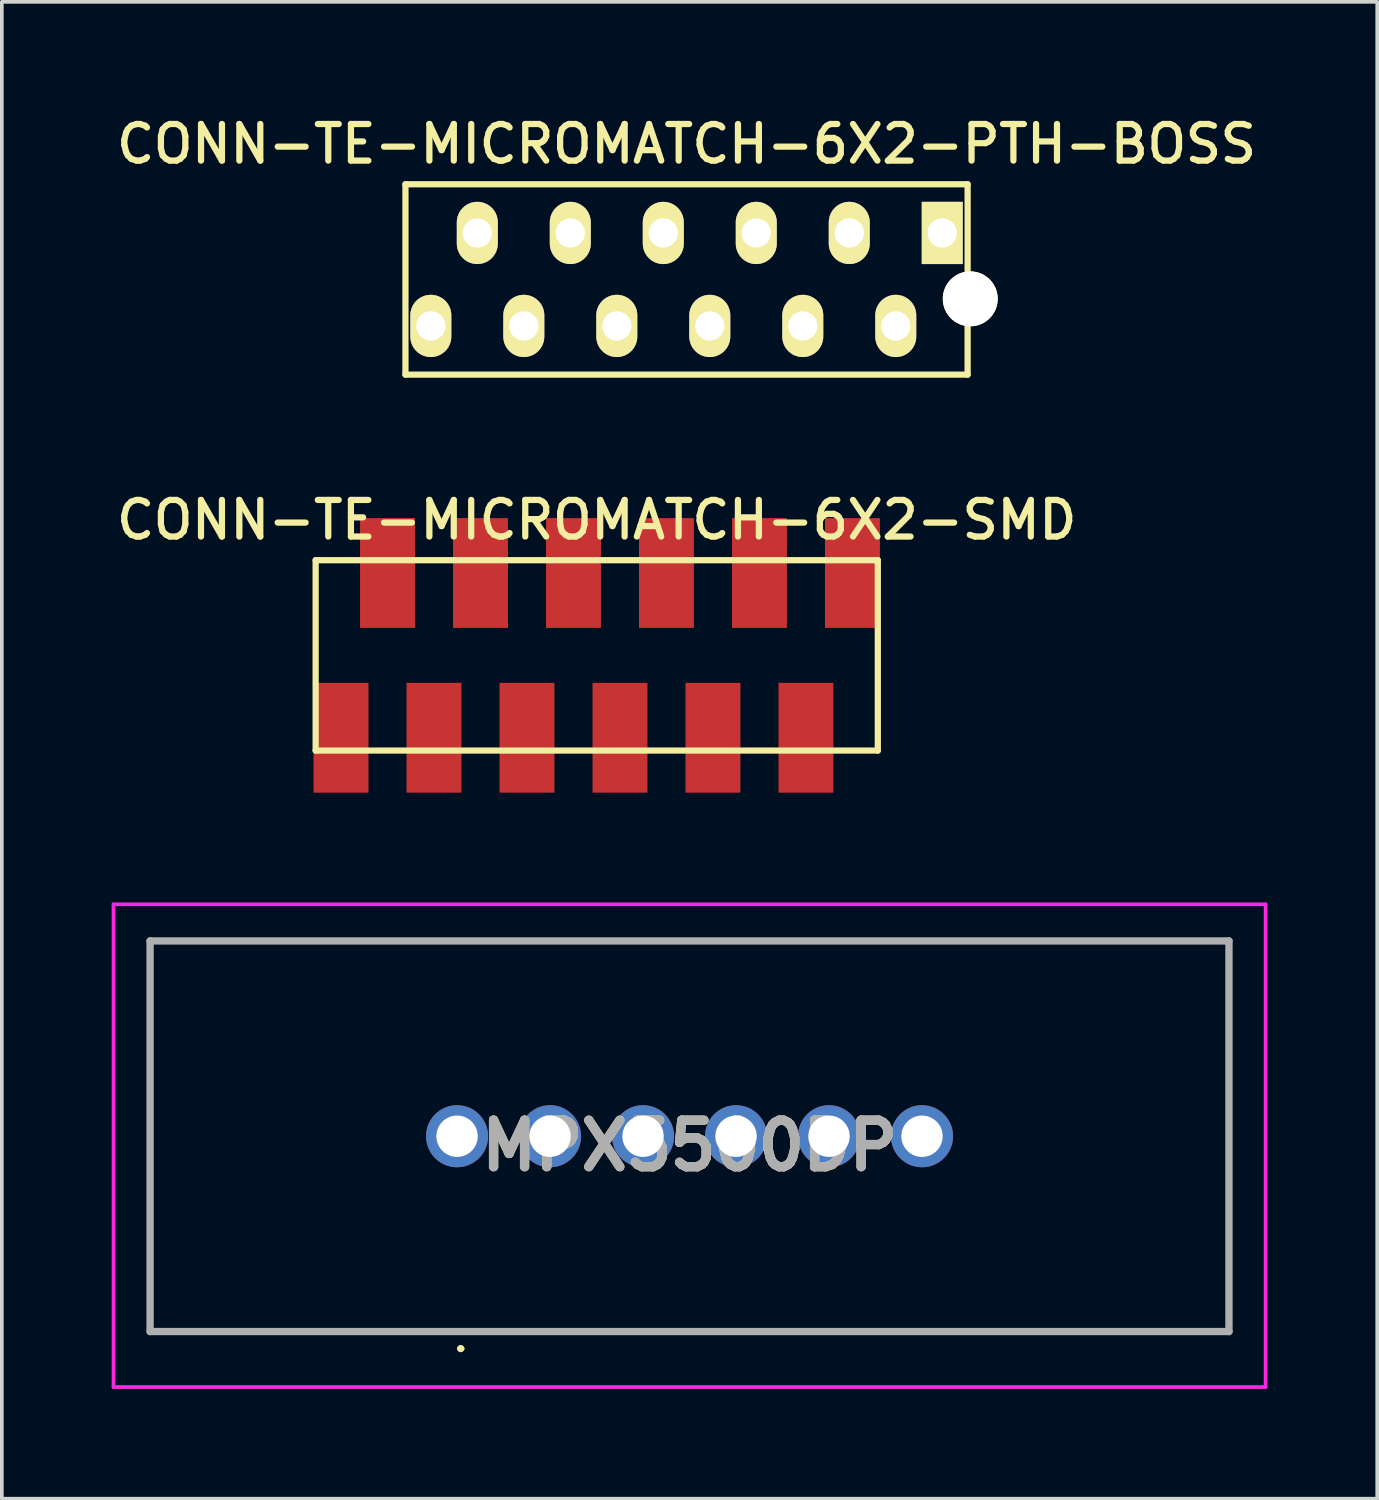
<source format=kicad_pcb>
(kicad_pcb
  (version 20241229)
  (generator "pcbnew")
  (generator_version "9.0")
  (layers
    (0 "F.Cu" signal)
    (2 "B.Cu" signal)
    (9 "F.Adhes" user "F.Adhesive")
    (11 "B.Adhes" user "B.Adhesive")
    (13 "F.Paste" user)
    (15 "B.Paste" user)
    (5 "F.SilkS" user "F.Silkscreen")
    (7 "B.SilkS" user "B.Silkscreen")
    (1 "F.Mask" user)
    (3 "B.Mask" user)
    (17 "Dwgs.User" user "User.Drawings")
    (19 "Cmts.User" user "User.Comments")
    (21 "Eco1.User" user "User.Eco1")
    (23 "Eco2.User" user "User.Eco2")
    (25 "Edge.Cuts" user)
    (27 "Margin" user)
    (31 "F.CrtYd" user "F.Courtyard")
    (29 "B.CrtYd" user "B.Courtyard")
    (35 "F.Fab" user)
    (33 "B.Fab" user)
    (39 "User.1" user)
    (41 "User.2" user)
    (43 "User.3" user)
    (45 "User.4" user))
  (footprint "CONN-TE-MICROMATCH-6X2-PTH-BOSS"
    (layer "F.Cu")
    (at 15.703 4.583)
    (property "Reference" "CONN-TE-MICROMATCH-6X2-PTH-BOSS" (at 0 -3.7 0) (layer "F.SilkS") (effects (font (size 1 1) (thickness 0.17))))
    (attr through_hole)
    (fp_line (start -7.678 -2.6) (end 7.678 -2.6) (stroke (width 0.17) (type solid)) (layer "F.SilkS"))
    (fp_line (start -7.678 2.6) (end -7.678 -2.6) (stroke (width 0.17) (type solid)) (layer "F.SilkS"))
    (fp_line (start -7.678 2.6) (end 7.678 2.6) (stroke (width 0.17) (type solid)) (layer "F.SilkS"))
    (fp_line (start 7.678 2.6) (end 7.678 -2.6) (stroke (width 0.17) (type solid)) (layer "F.SilkS"))
    (pad "" np_thru_hole circle (at 7.75 0.53) (size 1.5 1.5) (drill 1.5) (layers "*.Cu" "*.Mask" "F.SilkS"))
    (pad "1" thru_hole rect (at 6.985 -1.27) (size 1.12 1.7) (drill 0.8) (layers "*.Cu" "*.Mask" "F.SilkS"))
    (pad "2" thru_hole oval (at 5.715 1.27) (size 1.12 1.7) (drill 0.8) (layers "*.Cu" "*.Mask" "F.SilkS"))
    (pad "3" thru_hole oval (at 4.445 -1.27) (size 1.12 1.7) (drill 0.8) (layers "*.Cu" "*.Mask" "F.SilkS"))
    (pad "4" thru_hole oval (at 3.175 1.27) (size 1.12 1.7) (drill 0.8) (layers "*.Cu" "*.Mask" "F.SilkS"))
    (pad "5" thru_hole oval (at 1.905 -1.27) (size 1.12 1.7) (drill 0.8) (layers "*.Cu" "*.Mask" "F.SilkS"))
    (pad "6" thru_hole oval (at 0.635 1.27) (size 1.12 1.7) (drill 0.8) (layers "*.Cu" "*.Mask" "F.SilkS"))
    (pad "7" thru_hole oval (at -0.635 -1.27) (size 1.12 1.7) (drill 0.8) (layers "*.Cu" "*.Mask" "F.SilkS"))
    (pad "8" thru_hole oval (at -1.905 1.27) (size 1.12 1.7) (drill 0.8) (layers "*.Cu" "*.Mask" "F.SilkS"))
    (pad "9" thru_hole oval (at -3.175 -1.27) (size 1.12 1.7) (drill 0.8) (layers "*.Cu" "*.Mask" "F.SilkS"))
    (pad "10" thru_hole oval (at -4.445 1.27) (size 1.12 1.7) (drill 0.8) (layers "*.Cu" "*.Mask" "F.SilkS"))
    (pad "11" thru_hole oval (at -5.715 -1.27) (size 1.12 1.7) (drill 0.8) (layers "*.Cu" "*.Mask" "F.SilkS"))
    (pad "12" thru_hole oval (at -6.985 1.27) (size 1.12 1.7) (drill 0.8) (layers "*.Cu" "*.Mask" "F.SilkS")))
  (footprint "MPX5500DP"
    (layer "F.Cu")
    (at 15.785 28.245)
    (property "Reference" "MPX5500DP" (at 0 0 0) (layer "F.SilkS") (effects (font (size 1.27 1.27) (thickness 0.254))))
    (attr through_hole)
    (fp_line (start -14.735 -5.593) (end 14.735 -5.593) (stroke (width 0.1) (type solid)) (layer "F.SilkS"))
    (fp_line (start -14.735 5.077) (end -14.735 -5.593) (stroke (width 0.1) (type solid)) (layer "F.SilkS"))
    (fp_line (start -6.3 5.542) (end -6.3 5.542) (stroke (width 0.1) (type solid)) (layer "F.SilkS"))
    (fp_line (start -6.2 5.542) (end -6.2 5.542) (stroke (width 0.1) (type solid)) (layer "F.SilkS"))
    (fp_line (start 14.735 -5.593) (end 14.735 5.077) (stroke (width 0.1) (type solid)) (layer "F.SilkS"))
    (fp_line (start 14.735 5.077) (end -14.735 5.077) (stroke (width 0.1) (type solid)) (layer "F.SilkS"))
    (fp_arc (start -6.3 5.542) (mid -6.2495 5.4925) (end -6.2 5.543) (stroke (width 0.1) (type solid)) (layer "F.SilkS"))
    (fp_arc (start -6.2 5.542) (mid -6.2495 5.5925) (end -6.3 5.543) (stroke (width 0.1) (type solid)) (layer "F.SilkS"))
    (fp_line (start -15.735 -6.593) (end 15.735 -6.593) (stroke (width 0.1) (type solid)) (layer "F.CrtYd"))
    (fp_line (start -15.735 6.593) (end -15.735 -6.593) (stroke (width 0.1) (type solid)) (layer "F.CrtYd"))
    (fp_line (start 15.735 -6.593) (end 15.735 6.593) (stroke (width 0.1) (type solid)) (layer "F.CrtYd"))
    (fp_line (start 15.735 6.593) (end -15.735 6.593) (stroke (width 0.1) (type solid)) (layer "F.CrtYd"))
    (fp_line (start -14.735 -5.593) (end 14.735 -5.593) (stroke (width 0.2) (type solid)) (layer "F.Fab"))
    (fp_line (start -14.735 5.077) (end -14.735 -5.593) (stroke (width 0.2) (type solid)) (layer "F.Fab"))
    (fp_line (start 14.735 -5.593) (end 14.735 5.077) (stroke (width 0.2) (type solid)) (layer "F.Fab"))
    (fp_line (start 14.735 5.077) (end -14.735 5.077) (stroke (width 0.2) (type solid)) (layer "F.Fab"))
    (fp_text user "${REFERENCE}" (at 0 0 0) (layer "F.Fab") (effects (font (size 1.27 1.27) (thickness 0.254))))
    (pad "1" thru_hole circle (at -6.35 -0.258) (size 1.695 1.695) (drill 1.13) (layers "*.Cu" "*.Mask"))
    (pad "2" thru_hole circle (at -3.81 -0.258) (size 1.695 1.695) (drill 1.13) (layers "*.Cu" "*.Mask"))
    (pad "3" thru_hole circle (at -1.27 -0.258) (size 1.695 1.695) (drill 1.13) (layers "*.Cu" "*.Mask"))
    (pad "4" thru_hole circle (at 1.27 -0.258) (size 1.695 1.695) (drill 1.13) (layers "*.Cu" "*.Mask"))
    (pad "5" thru_hole circle (at 3.81 -0.258) (size 1.695 1.695) (drill 1.13) (layers "*.Cu" "*.Mask"))
    (pad "6" thru_hole circle (at 6.35 -0.258) (size 1.695 1.695) (drill 1.13) (layers "*.Cu" "*.Mask")))
  (footprint "CONN-TE-MICROMATCH-6X2-SMD"
    (layer "F.Cu")
    (at 13.25 14.852)
    (property "Reference" "CONN-TE-MICROMATCH-6X2-SMD" (at 0 -3.7 0) (layer "F.SilkS") (effects (font (size 1 1) (thickness 0.17))))
    (attr through_hole)
    (fp_line (start -7.678 -2.6) (end 7.678 -2.6) (stroke (width 0.17) (type solid)) (layer "F.SilkS"))
    (fp_line (start -7.678 2.6) (end -7.678 -2.6) (stroke (width 0.17) (type solid)) (layer "F.SilkS"))
    (fp_line (start -7.678 2.6) (end 7.678 2.6) (stroke (width 0.17) (type solid)) (layer "F.SilkS"))
    (fp_line (start 7.678 2.6) (end 7.678 -2.6) (stroke (width 0.17) (type solid)) (layer "F.SilkS"))
    (pad "1" smd rect (at 6.985 -2.25) (size 1.5 3) (layers "F.Cu" "F.Mask" "F.Paste"))
    (pad "2" smd rect (at 5.715 2.25) (size 1.5 3) (layers "F.Cu" "F.Mask" "F.Paste"))
    (pad "3" smd rect (at 4.445 -2.25) (size 1.5 3) (layers "F.Cu" "F.Mask" "F.Paste"))
    (pad "4" smd rect (at 3.175 2.25) (size 1.5 3) (layers "F.Cu" "F.Mask" "F.Paste"))
    (pad "5" smd rect (at 1.905 -2.25) (size 1.5 3) (layers "F.Cu" "F.Mask" "F.Paste"))
    (pad "6" smd rect (at 0.635 2.25) (size 1.5 3) (layers "F.Cu" "F.Mask" "F.Paste"))
    (pad "7" smd rect (at -0.635 -2.25) (size 1.5 3) (layers "F.Cu" "F.Mask" "F.Paste"))
    (pad "8" smd rect (at -1.905 2.25) (size 1.5 3) (layers "F.Cu" "F.Mask" "F.Paste"))
    (pad "9" smd rect (at -3.175 -2.25) (size 1.5 3) (layers "F.Cu" "F.Mask" "F.Paste"))
    (pad "10" smd rect (at -4.445 2.25) (size 1.5 3) (layers "F.Cu" "F.Mask" "F.Paste"))
    (pad "11" smd rect (at -5.715 -2.25) (size 1.5 3) (layers "F.Cu" "F.Mask" "F.Paste"))
    (pad "12" smd rect (at -6.985 2.25) (size 1.5 3) (layers "F.Cu" "F.Mask" "F.Paste")))
  (gr_rect
    (start -3 -3)
    (end 34.57 37.888)
    (stroke (width 0.1) (type default))
    (fill no)
    (layer "Edge.Cuts")))
</source>
